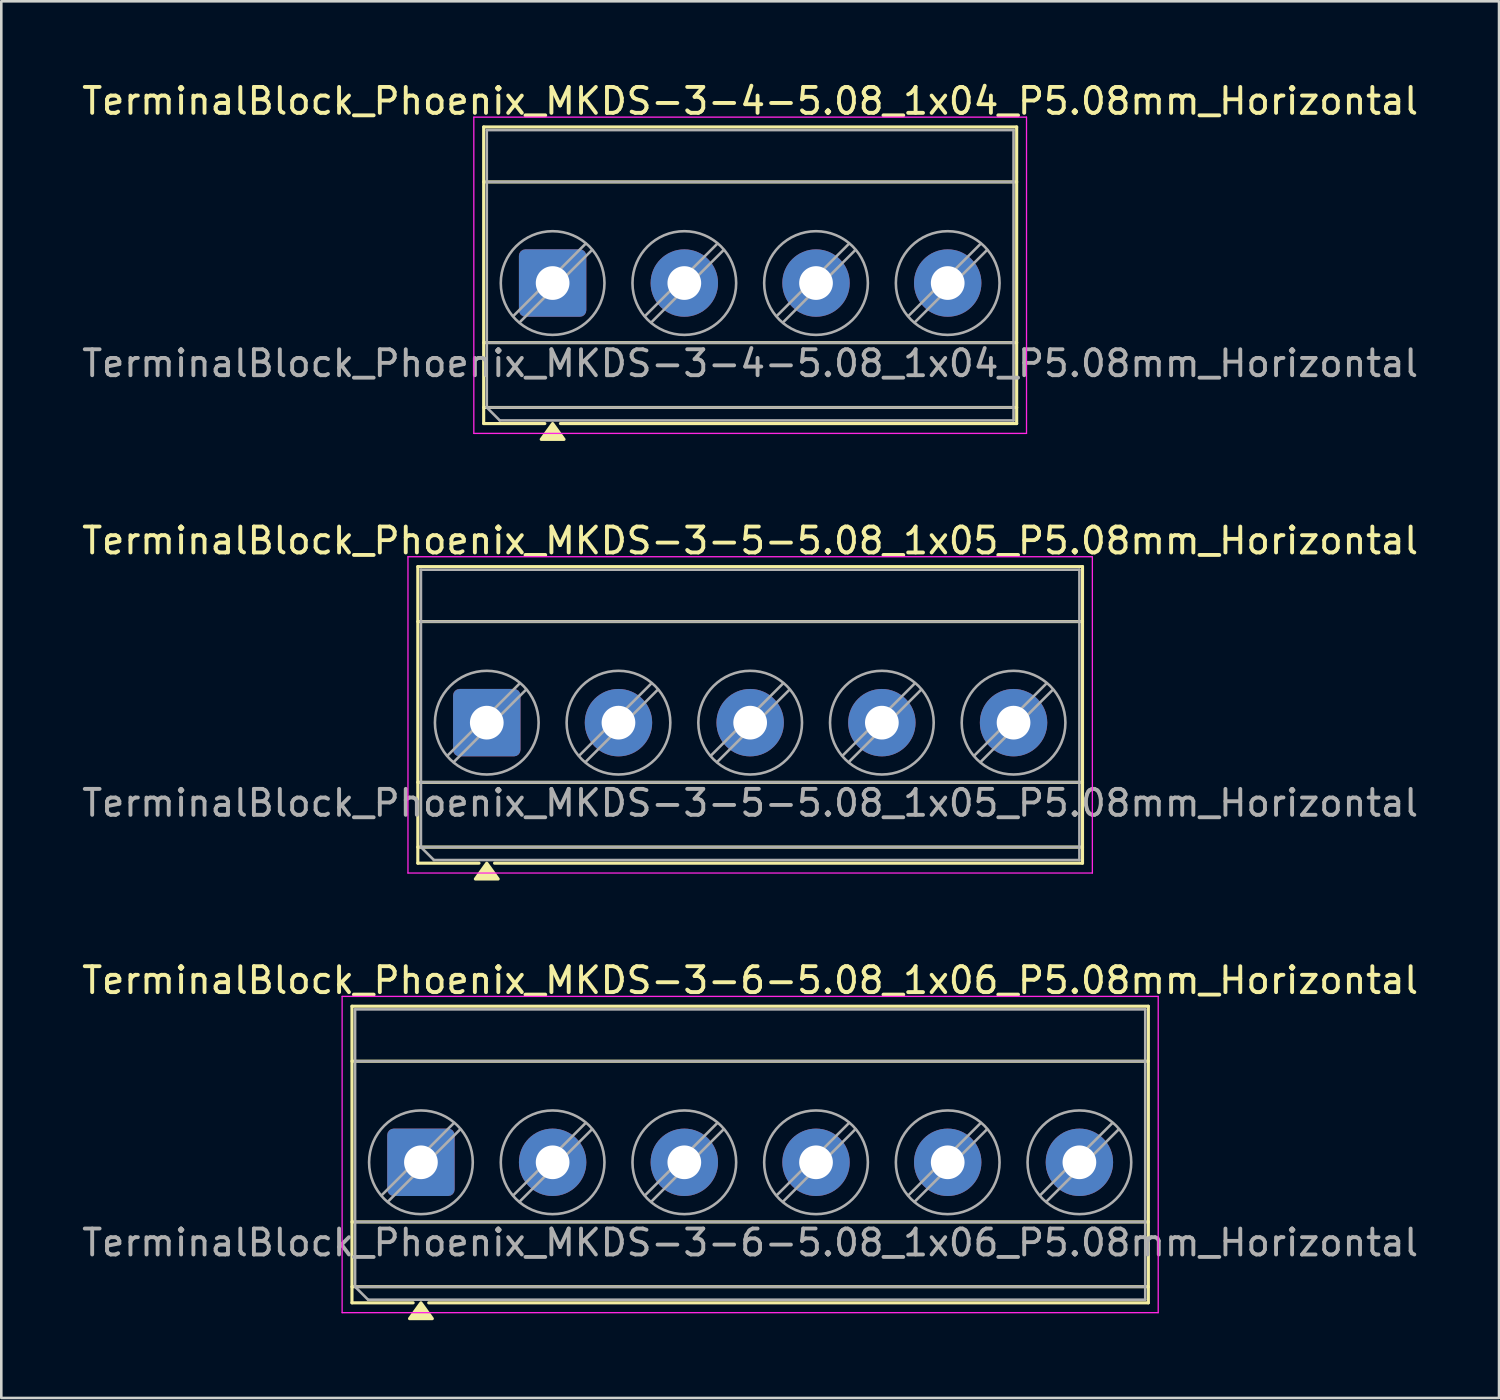
<source format=kicad_pcb>
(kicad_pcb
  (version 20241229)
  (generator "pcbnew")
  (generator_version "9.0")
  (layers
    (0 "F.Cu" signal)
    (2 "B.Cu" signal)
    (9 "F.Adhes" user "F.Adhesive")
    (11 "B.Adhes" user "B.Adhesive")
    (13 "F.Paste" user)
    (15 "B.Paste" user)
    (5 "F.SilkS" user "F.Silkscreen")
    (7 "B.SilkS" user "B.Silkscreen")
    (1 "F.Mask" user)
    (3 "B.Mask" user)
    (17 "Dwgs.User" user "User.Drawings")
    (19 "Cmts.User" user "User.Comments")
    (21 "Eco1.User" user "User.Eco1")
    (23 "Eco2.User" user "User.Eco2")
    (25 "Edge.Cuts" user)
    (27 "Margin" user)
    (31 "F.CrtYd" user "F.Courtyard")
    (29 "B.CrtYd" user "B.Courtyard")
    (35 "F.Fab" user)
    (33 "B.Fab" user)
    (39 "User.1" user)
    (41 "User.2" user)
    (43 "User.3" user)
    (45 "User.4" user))
  (footprint "TerminalBlock_Phoenix_MKDS-3-4-5.08_1x04_P5.08mm_Horizontal"
    (layer "F.Cu")
    (at 18.267 7.868)
    (property "Reference" "TerminalBlock_Phoenix_MKDS-3-4-5.08_1x04_P5.08mm_Horizontal" (at 7.62 -7.02 0) (layer "F.SilkS") (effects (font (size 1 1) (thickness 0.15))))
    (attr through_hole)
    (fp_line (start -2.66 -6.02) (end 17.9 -6.02) (stroke (width 0.12) (type solid)) (layer "F.SilkS"))
    (fp_line (start -2.66 -3.9) (end 17.9 -3.9) (stroke (width 0.12) (type solid)) (layer "F.SilkS"))
    (fp_line (start -2.66 2.3) (end 17.9 2.3) (stroke (width 0.12) (type solid)) (layer "F.SilkS"))
    (fp_line (start -2.66 4.8) (end 17.9 4.8) (stroke (width 0.12) (type solid)) (layer "F.SilkS"))
    (fp_line (start -2.66 5.42) (end -2.66 -6.02) (stroke (width 0.12) (type solid)) (layer "F.SilkS"))
    (fp_line (start -0.3 5.42) (end -2.66 5.42) (stroke (width 0.12) (type solid)) (layer "F.SilkS"))
    (fp_line (start 17.9 -6.02) (end 17.9 5.42) (stroke (width 0.12) (type solid)) (layer "F.SilkS"))
    (fp_line (start 17.9 5.42) (end 0.3 5.42) (stroke (width 0.12) (type solid)) (layer "F.SilkS"))
    (fp_poly (pts (xy 0 5.42) (xy 0.44 6.03) (xy -0.44 6.03)) (stroke (width 0.12) (type solid)) (fill yes) (layer "F.SilkS"))
    (fp_line (start -3.04 -6.4) (end -3.04 5.8) (stroke (width 0.05) (type solid)) (layer "F.CrtYd"))
    (fp_line (start -3.04 5.8) (end 18.28 5.8) (stroke (width 0.05) (type solid)) (layer "F.CrtYd"))
    (fp_line (start 18.28 -6.4) (end -3.04 -6.4) (stroke (width 0.05) (type solid)) (layer "F.CrtYd"))
    (fp_line (start 18.28 5.8) (end 18.28 -6.4) (stroke (width 0.05) (type solid)) (layer "F.CrtYd"))
    (fp_line (start -2.54 -5.9) (end 17.78 -5.9) (stroke (width 0.1) (type solid)) (layer "F.Fab"))
    (fp_line (start -2.54 -3.9) (end 17.78 -3.9) (stroke (width 0.1) (type solid)) (layer "F.Fab"))
    (fp_line (start -2.54 2.3) (end 17.78 2.3) (stroke (width 0.1) (type solid)) (layer "F.Fab"))
    (fp_line (start -2.54 4.8) (end -2.54 -5.9) (stroke (width 0.1) (type solid)) (layer "F.Fab"))
    (fp_line (start -2.54 4.8) (end 17.78 4.8) (stroke (width 0.1) (type solid)) (layer "F.Fab"))
    (fp_line (start -2.04 5.3) (end -2.54 4.8) (stroke (width 0.1) (type solid)) (layer "F.Fab"))
    (fp_line (start 1.273 -1.517) (end -1.517 1.273) (stroke (width 0.1) (type solid)) (layer "F.Fab"))
    (fp_line (start 1.517 -1.273) (end -1.273 1.517) (stroke (width 0.1) (type solid)) (layer "F.Fab"))
    (fp_line (start 6.353 -1.517) (end 3.563 1.273) (stroke (width 0.1) (type solid)) (layer "F.Fab"))
    (fp_line (start 6.597 -1.273) (end 3.807 1.517) (stroke (width 0.1) (type solid)) (layer "F.Fab"))
    (fp_line (start 11.433 -1.517) (end 8.643 1.273) (stroke (width 0.1) (type solid)) (layer "F.Fab"))
    (fp_line (start 11.677 -1.273) (end 8.887 1.517) (stroke (width 0.1) (type solid)) (layer "F.Fab"))
    (fp_line (start 16.513 -1.517) (end 13.723 1.273) (stroke (width 0.1) (type solid)) (layer "F.Fab"))
    (fp_line (start 16.757 -1.273) (end 13.967 1.517) (stroke (width 0.1) (type solid)) (layer "F.Fab"))
    (fp_line (start 17.78 -5.9) (end 17.78 5.3) (stroke (width 0.1) (type solid)) (layer "F.Fab"))
    (fp_line (start 17.78 5.3) (end -2.04 5.3) (stroke (width 0.1) (type solid)) (layer "F.Fab"))
    (fp_circle (center 0 0) (end 2 0) (stroke (width 0.1) (type solid)) (fill no) (layer "F.Fab"))
    (fp_circle (center 5.08 0) (end 7.08 0) (stroke (width 0.1) (type solid)) (fill no) (layer "F.Fab"))
    (fp_circle (center 10.16 0) (end 12.16 0) (stroke (width 0.1) (type solid)) (fill no) (layer "F.Fab"))
    (fp_circle (center 15.24 0) (end 17.24 0) (stroke (width 0.1) (type solid)) (fill no) (layer "F.Fab"))
    (fp_text user "${REFERENCE}" (at 7.62 3.1 0) (layer "F.Fab") (effects (font (size 1 1) (thickness 0.15))))
    (pad "1" thru_hole roundrect (at 0 0) (size 2.6 2.6) (drill 1.3) (layers "*.Cu" "*.Mask") (roundrect_rratio 0.096))
    (pad "2" thru_hole circle (at 5.08 0) (size 2.6 2.6) (drill 1.3) (layers "*.Cu" "*.Mask"))
    (pad "3" thru_hole circle (at 10.16 0) (size 2.6 2.6) (drill 1.3) (layers "*.Cu" "*.Mask"))
    (pad "4" thru_hole circle (at 15.24 0) (size 2.6 2.6) (drill 1.3) (layers "*.Cu" "*.Mask")))
  (footprint "TerminalBlock_Phoenix_MKDS-3-6-5.08_1x06_P5.08mm_Horizontal"
    (layer "F.Cu")
    (at 13.187 41.785)
    (property "Reference" "TerminalBlock_Phoenix_MKDS-3-6-5.08_1x06_P5.08mm_Horizontal" (at 12.7 -7.02 0) (layer "F.SilkS") (effects (font (size 1 1) (thickness 0.15))))
    (attr through_hole)
    (fp_line (start -2.66 -6.02) (end 28.06 -6.02) (stroke (width 0.12) (type solid)) (layer "F.SilkS"))
    (fp_line (start -2.66 -3.9) (end 28.06 -3.9) (stroke (width 0.12) (type solid)) (layer "F.SilkS"))
    (fp_line (start -2.66 2.3) (end 28.06 2.3) (stroke (width 0.12) (type solid)) (layer "F.SilkS"))
    (fp_line (start -2.66 4.8) (end 28.06 4.8) (stroke (width 0.12) (type solid)) (layer "F.SilkS"))
    (fp_line (start -2.66 5.42) (end -2.66 -6.02) (stroke (width 0.12) (type solid)) (layer "F.SilkS"))
    (fp_line (start -0.3 5.42) (end -2.66 5.42) (stroke (width 0.12) (type solid)) (layer "F.SilkS"))
    (fp_line (start 28.06 -6.02) (end 28.06 5.42) (stroke (width 0.12) (type solid)) (layer "F.SilkS"))
    (fp_line (start 28.06 5.42) (end 0.3 5.42) (stroke (width 0.12) (type solid)) (layer "F.SilkS"))
    (fp_poly (pts (xy 0 5.42) (xy 0.44 6.03) (xy -0.44 6.03)) (stroke (width 0.12) (type solid)) (fill yes) (layer "F.SilkS"))
    (fp_line (start -3.04 -6.4) (end -3.04 5.8) (stroke (width 0.05) (type solid)) (layer "F.CrtYd"))
    (fp_line (start -3.04 5.8) (end 28.44 5.8) (stroke (width 0.05) (type solid)) (layer "F.CrtYd"))
    (fp_line (start 28.44 -6.4) (end -3.04 -6.4) (stroke (width 0.05) (type solid)) (layer "F.CrtYd"))
    (fp_line (start 28.44 5.8) (end 28.44 -6.4) (stroke (width 0.05) (type solid)) (layer "F.CrtYd"))
    (fp_line (start -2.54 -5.9) (end 27.94 -5.9) (stroke (width 0.1) (type solid)) (layer "F.Fab"))
    (fp_line (start -2.54 -3.9) (end 27.94 -3.9) (stroke (width 0.1) (type solid)) (layer "F.Fab"))
    (fp_line (start -2.54 2.3) (end 27.94 2.3) (stroke (width 0.1) (type solid)) (layer "F.Fab"))
    (fp_line (start -2.54 4.8) (end -2.54 -5.9) (stroke (width 0.1) (type solid)) (layer "F.Fab"))
    (fp_line (start -2.54 4.8) (end 27.94 4.8) (stroke (width 0.1) (type solid)) (layer "F.Fab"))
    (fp_line (start -2.04 5.3) (end -2.54 4.8) (stroke (width 0.1) (type solid)) (layer "F.Fab"))
    (fp_line (start 1.273 -1.517) (end -1.517 1.273) (stroke (width 0.1) (type solid)) (layer "F.Fab"))
    (fp_line (start 1.517 -1.273) (end -1.273 1.517) (stroke (width 0.1) (type solid)) (layer "F.Fab"))
    (fp_line (start 6.353 -1.517) (end 3.563 1.273) (stroke (width 0.1) (type solid)) (layer "F.Fab"))
    (fp_line (start 6.597 -1.273) (end 3.807 1.517) (stroke (width 0.1) (type solid)) (layer "F.Fab"))
    (fp_line (start 11.433 -1.517) (end 8.643 1.273) (stroke (width 0.1) (type solid)) (layer "F.Fab"))
    (fp_line (start 11.677 -1.273) (end 8.887 1.517) (stroke (width 0.1) (type solid)) (layer "F.Fab"))
    (fp_line (start 16.513 -1.517) (end 13.723 1.273) (stroke (width 0.1) (type solid)) (layer "F.Fab"))
    (fp_line (start 16.757 -1.273) (end 13.967 1.517) (stroke (width 0.1) (type solid)) (layer "F.Fab"))
    (fp_line (start 21.593 -1.517) (end 18.803 1.273) (stroke (width 0.1) (type solid)) (layer "F.Fab"))
    (fp_line (start 21.837 -1.273) (end 19.047 1.517) (stroke (width 0.1) (type solid)) (layer "F.Fab"))
    (fp_line (start 26.673 -1.517) (end 23.883 1.273) (stroke (width 0.1) (type solid)) (layer "F.Fab"))
    (fp_line (start 26.917 -1.273) (end 24.127 1.517) (stroke (width 0.1) (type solid)) (layer "F.Fab"))
    (fp_line (start 27.94 -5.9) (end 27.94 5.3) (stroke (width 0.1) (type solid)) (layer "F.Fab"))
    (fp_line (start 27.94 5.3) (end -2.04 5.3) (stroke (width 0.1) (type solid)) (layer "F.Fab"))
    (fp_circle (center 0 0) (end 2 0) (stroke (width 0.1) (type solid)) (fill no) (layer "F.Fab"))
    (fp_circle (center 5.08 0) (end 7.08 0) (stroke (width 0.1) (type solid)) (fill no) (layer "F.Fab"))
    (fp_circle (center 10.16 0) (end 12.16 0) (stroke (width 0.1) (type solid)) (fill no) (layer "F.Fab"))
    (fp_circle (center 15.24 0) (end 17.24 0) (stroke (width 0.1) (type solid)) (fill no) (layer "F.Fab"))
    (fp_circle (center 20.32 0) (end 22.32 0) (stroke (width 0.1) (type solid)) (fill no) (layer "F.Fab"))
    (fp_circle (center 25.4 0) (end 27.4 0) (stroke (width 0.1) (type solid)) (fill no) (layer "F.Fab"))
    (fp_text user "${REFERENCE}" (at 12.7 3.1 0) (layer "F.Fab") (effects (font (size 1 1) (thickness 0.15))))
    (pad "1" thru_hole roundrect (at 0 0) (size 2.6 2.6) (drill 1.3) (layers "*.Cu" "*.Mask") (roundrect_rratio 0.096))
    (pad "2" thru_hole circle (at 5.08 0) (size 2.6 2.6) (drill 1.3) (layers "*.Cu" "*.Mask"))
    (pad "3" thru_hole circle (at 10.16 0) (size 2.6 2.6) (drill 1.3) (layers "*.Cu" "*.Mask"))
    (pad "4" thru_hole circle (at 15.24 0) (size 2.6 2.6) (drill 1.3) (layers "*.Cu" "*.Mask"))
    (pad "5" thru_hole circle (at 20.32 0) (size 2.6 2.6) (drill 1.3) (layers "*.Cu" "*.Mask"))
    (pad "6" thru_hole circle (at 25.4 0) (size 2.6 2.6) (drill 1.3) (layers "*.Cu" "*.Mask")))
  (footprint "TerminalBlock_Phoenix_MKDS-3-5-5.08_1x05_P5.08mm_Horizontal"
    (layer "F.Cu")
    (at 15.727 24.826)
    (property "Reference" "TerminalBlock_Phoenix_MKDS-3-5-5.08_1x05_P5.08mm_Horizontal" (at 10.16 -7.02 0) (layer "F.SilkS") (effects (font (size 1 1) (thickness 0.15))))
    (attr through_hole)
    (fp_line (start -2.66 -6.02) (end 22.98 -6.02) (stroke (width 0.12) (type solid)) (layer "F.SilkS"))
    (fp_line (start -2.66 -3.9) (end 22.98 -3.9) (stroke (width 0.12) (type solid)) (layer "F.SilkS"))
    (fp_line (start -2.66 2.3) (end 22.98 2.3) (stroke (width 0.12) (type solid)) (layer "F.SilkS"))
    (fp_line (start -2.66 4.8) (end 22.98 4.8) (stroke (width 0.12) (type solid)) (layer "F.SilkS"))
    (fp_line (start -2.66 5.42) (end -2.66 -6.02) (stroke (width 0.12) (type solid)) (layer "F.SilkS"))
    (fp_line (start -0.3 5.42) (end -2.66 5.42) (stroke (width 0.12) (type solid)) (layer "F.SilkS"))
    (fp_line (start 22.98 -6.02) (end 22.98 5.42) (stroke (width 0.12) (type solid)) (layer "F.SilkS"))
    (fp_line (start 22.98 5.42) (end 0.3 5.42) (stroke (width 0.12) (type solid)) (layer "F.SilkS"))
    (fp_poly (pts (xy 0 5.42) (xy 0.44 6.03) (xy -0.44 6.03)) (stroke (width 0.12) (type solid)) (fill yes) (layer "F.SilkS"))
    (fp_line (start -3.04 -6.4) (end -3.04 5.8) (stroke (width 0.05) (type solid)) (layer "F.CrtYd"))
    (fp_line (start -3.04 5.8) (end 23.36 5.8) (stroke (width 0.05) (type solid)) (layer "F.CrtYd"))
    (fp_line (start 23.36 -6.4) (end -3.04 -6.4) (stroke (width 0.05) (type solid)) (layer "F.CrtYd"))
    (fp_line (start 23.36 5.8) (end 23.36 -6.4) (stroke (width 0.05) (type solid)) (layer "F.CrtYd"))
    (fp_line (start -2.54 -5.9) (end 22.86 -5.9) (stroke (width 0.1) (type solid)) (layer "F.Fab"))
    (fp_line (start -2.54 -3.9) (end 22.86 -3.9) (stroke (width 0.1) (type solid)) (layer "F.Fab"))
    (fp_line (start -2.54 2.3) (end 22.86 2.3) (stroke (width 0.1) (type solid)) (layer "F.Fab"))
    (fp_line (start -2.54 4.8) (end -2.54 -5.9) (stroke (width 0.1) (type solid)) (layer "F.Fab"))
    (fp_line (start -2.54 4.8) (end 22.86 4.8) (stroke (width 0.1) (type solid)) (layer "F.Fab"))
    (fp_line (start -2.04 5.3) (end -2.54 4.8) (stroke (width 0.1) (type solid)) (layer "F.Fab"))
    (fp_line (start 1.273 -1.517) (end -1.517 1.273) (stroke (width 0.1) (type solid)) (layer "F.Fab"))
    (fp_line (start 1.517 -1.273) (end -1.273 1.517) (stroke (width 0.1) (type solid)) (layer "F.Fab"))
    (fp_line (start 6.353 -1.517) (end 3.563 1.273) (stroke (width 0.1) (type solid)) (layer "F.Fab"))
    (fp_line (start 6.597 -1.273) (end 3.807 1.517) (stroke (width 0.1) (type solid)) (layer "F.Fab"))
    (fp_line (start 11.433 -1.517) (end 8.643 1.273) (stroke (width 0.1) (type solid)) (layer "F.Fab"))
    (fp_line (start 11.677 -1.273) (end 8.887 1.517) (stroke (width 0.1) (type solid)) (layer "F.Fab"))
    (fp_line (start 16.513 -1.517) (end 13.723 1.273) (stroke (width 0.1) (type solid)) (layer "F.Fab"))
    (fp_line (start 16.757 -1.273) (end 13.967 1.517) (stroke (width 0.1) (type solid)) (layer "F.Fab"))
    (fp_line (start 21.593 -1.517) (end 18.803 1.273) (stroke (width 0.1) (type solid)) (layer "F.Fab"))
    (fp_line (start 21.837 -1.273) (end 19.047 1.517) (stroke (width 0.1) (type solid)) (layer "F.Fab"))
    (fp_line (start 22.86 -5.9) (end 22.86 5.3) (stroke (width 0.1) (type solid)) (layer "F.Fab"))
    (fp_line (start 22.86 5.3) (end -2.04 5.3) (stroke (width 0.1) (type solid)) (layer "F.Fab"))
    (fp_circle (center 0 0) (end 2 0) (stroke (width 0.1) (type solid)) (fill no) (layer "F.Fab"))
    (fp_circle (center 5.08 0) (end 7.08 0) (stroke (width 0.1) (type solid)) (fill no) (layer "F.Fab"))
    (fp_circle (center 10.16 0) (end 12.16 0) (stroke (width 0.1) (type solid)) (fill no) (layer "F.Fab"))
    (fp_circle (center 15.24 0) (end 17.24 0) (stroke (width 0.1) (type solid)) (fill no) (layer "F.Fab"))
    (fp_circle (center 20.32 0) (end 22.32 0) (stroke (width 0.1) (type solid)) (fill no) (layer "F.Fab"))
    (fp_text user "${REFERENCE}" (at 10.16 3.1 0) (layer "F.Fab") (effects (font (size 1 1) (thickness 0.15))))
    (pad "1" thru_hole roundrect (at 0 0) (size 2.6 2.6) (drill 1.3) (layers "*.Cu" "*.Mask") (roundrect_rratio 0.096))
    (pad "2" thru_hole circle (at 5.08 0) (size 2.6 2.6) (drill 1.3) (layers "*.Cu" "*.Mask"))
    (pad "3" thru_hole circle (at 10.16 0) (size 2.6 2.6) (drill 1.3) (layers "*.Cu" "*.Mask"))
    (pad "4" thru_hole circle (at 15.24 0) (size 2.6 2.6) (drill 1.3) (layers "*.Cu" "*.Mask"))
    (pad "5" thru_hole circle (at 20.32 0) (size 2.6 2.6) (drill 1.3) (layers "*.Cu" "*.Mask")))
  (gr_rect
    (start -3 -3)
    (end 54.774 50.875)
    (stroke (width 0.1) (type default))
    (fill no)
    (layer "Edge.Cuts")))
</source>
